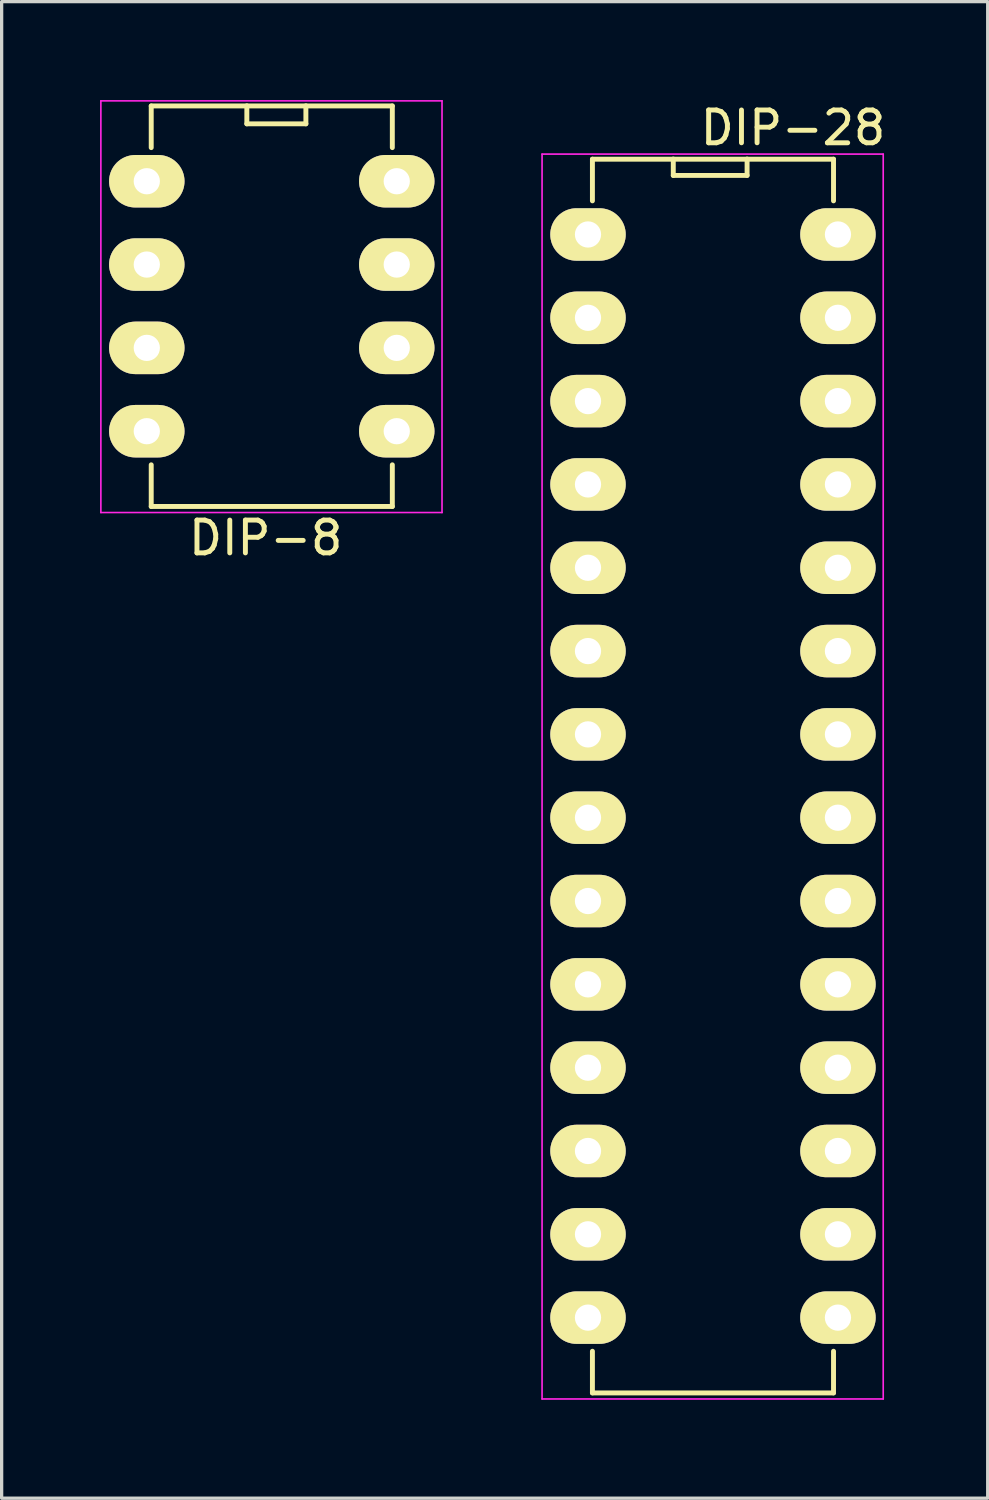
<source format=kicad_pcb>
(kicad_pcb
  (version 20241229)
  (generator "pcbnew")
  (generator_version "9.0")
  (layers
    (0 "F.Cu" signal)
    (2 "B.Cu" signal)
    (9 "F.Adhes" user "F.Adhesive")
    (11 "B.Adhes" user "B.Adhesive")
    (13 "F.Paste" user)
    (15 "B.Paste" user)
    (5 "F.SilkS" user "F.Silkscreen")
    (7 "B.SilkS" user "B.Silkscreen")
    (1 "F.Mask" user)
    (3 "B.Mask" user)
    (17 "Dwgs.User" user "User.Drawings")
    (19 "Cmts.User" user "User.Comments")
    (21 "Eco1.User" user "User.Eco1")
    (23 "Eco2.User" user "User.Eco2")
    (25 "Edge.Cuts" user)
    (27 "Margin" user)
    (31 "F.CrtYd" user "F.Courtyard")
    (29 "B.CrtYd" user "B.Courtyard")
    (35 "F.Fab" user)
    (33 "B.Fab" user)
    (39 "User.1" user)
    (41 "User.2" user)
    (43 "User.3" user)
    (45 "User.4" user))
  (footprint "DIP-8"
    (layer "F.Cu")
    (at 1.425 2.475)
    (property "Reference" "DIP-8" (at 3.625 10.875 0) (layer "F.SilkS") (effects (font (size 1 1) (thickness 0.15))))
    (attr through_hole)
    (fp_line (start 0.135 -2.295) (end 0.135 -1.025) (stroke (width 0.15) (type solid)) (layer "F.SilkS"))
    (fp_line (start 0.135 -2.295) (end 7.485 -2.295) (stroke (width 0.15) (type solid)) (layer "F.SilkS"))
    (fp_line (start 0.135 9.915) (end 0.135 8.645) (stroke (width 0.15) (type solid)) (layer "F.SilkS"))
    (fp_line (start 0.135 9.915) (end 7.485 9.915) (stroke (width 0.15) (type solid)) (layer "F.SilkS"))
    (fp_line (start 3.05 -2.3) (end 3.05 -1.75) (stroke (width 0.15) (type solid)) (layer "F.SilkS"))
    (fp_line (start 3.05 -1.75) (end 4.85 -1.75) (stroke (width 0.15) (type solid)) (layer "F.SilkS"))
    (fp_line (start 4.85 -1.75) (end 4.85 -2.3) (stroke (width 0.15) (type solid)) (layer "F.SilkS"))
    (fp_line (start 7.485 -2.295) (end 7.485 -1.025) (stroke (width 0.15) (type solid)) (layer "F.SilkS"))
    (fp_line (start 7.485 9.915) (end 7.485 8.645) (stroke (width 0.15) (type solid)) (layer "F.SilkS"))
    (fp_line (start -1.4 -2.45) (end -1.4 10.1) (stroke (width 0.05) (type solid)) (layer "F.CrtYd"))
    (fp_line (start -1.4 -2.45) (end 9 -2.45) (stroke (width 0.05) (type solid)) (layer "F.CrtYd"))
    (fp_line (start -1.4 10.1) (end 9 10.1) (stroke (width 0.05) (type solid)) (layer "F.CrtYd"))
    (fp_line (start 9 -2.45) (end 9 10.1) (stroke (width 0.05) (type solid)) (layer "F.CrtYd"))
    (pad "1" thru_hole oval (at 0 0) (size 2.3 1.6) (drill 0.8) (layers "*.Cu" "*.Mask" "F.SilkS"))
    (pad "2" thru_hole oval (at 0 2.54) (size 2.3 1.6) (drill 0.8) (layers "*.Cu" "*.Mask" "F.SilkS"))
    (pad "3" thru_hole oval (at 0 5.08) (size 2.3 1.6) (drill 0.8) (layers "*.Cu" "*.Mask" "F.SilkS"))
    (pad "4" thru_hole oval (at 0 7.62) (size 2.3 1.6) (drill 0.8) (layers "*.Cu" "*.Mask" "F.SilkS"))
    (pad "5" thru_hole oval (at 7.62 7.62) (size 2.3 1.6) (drill 0.8) (layers "*.Cu" "*.Mask" "F.SilkS"))
    (pad "6" thru_hole oval (at 7.62 5.08) (size 2.3 1.6) (drill 0.8) (layers "*.Cu" "*.Mask" "F.SilkS"))
    (pad "7" thru_hole oval (at 7.62 2.54) (size 2.3 1.6) (drill 0.8) (layers "*.Cu" "*.Mask" "F.SilkS"))
    (pad "8" thru_hole oval (at 7.62 0) (size 2.3 1.6) (drill 0.8) (layers "*.Cu" "*.Mask" "F.SilkS")))
  (footprint "DIP-28"
    (layer "F.Cu")
    (at 14.875 4.098)
    (property "Reference" "DIP-28" (at 6.25 -3.25 0) (layer "F.SilkS") (effects (font (size 1 1) (thickness 0.15))))
    (attr through_hole)
    (fp_line (start 0.135 -2.295) (end 0.135 -1.025) (stroke (width 0.15) (type solid)) (layer "F.SilkS"))
    (fp_line (start 0.135 -2.295) (end 7.485 -2.295) (stroke (width 0.15) (type solid)) (layer "F.SilkS"))
    (fp_line (start 0.135 35.315) (end 0.135 34.045) (stroke (width 0.15) (type solid)) (layer "F.SilkS"))
    (fp_line (start 0.135 35.315) (end 7.485 35.315) (stroke (width 0.15) (type solid)) (layer "F.SilkS"))
    (fp_line (start 2.6 -2.3) (end 2.6 -1.8) (stroke (width 0.15) (type solid)) (layer "F.SilkS"))
    (fp_line (start 2.6 -1.8) (end 4.85 -1.8) (stroke (width 0.15) (type solid)) (layer "F.SilkS"))
    (fp_line (start 4.85 -1.8) (end 4.85 -2.3) (stroke (width 0.15) (type solid)) (layer "F.SilkS"))
    (fp_line (start 7.485 -2.295) (end 7.485 -1.025) (stroke (width 0.15) (type solid)) (layer "F.SilkS"))
    (fp_line (start 7.485 35.315) (end 7.485 34.045) (stroke (width 0.15) (type solid)) (layer "F.SilkS"))
    (fp_line (start -1.4 -2.45) (end -1.4 35.5) (stroke (width 0.05) (type solid)) (layer "F.CrtYd"))
    (fp_line (start -1.4 -2.45) (end 9 -2.45) (stroke (width 0.05) (type solid)) (layer "F.CrtYd"))
    (fp_line (start -1.4 35.5) (end 9 35.5) (stroke (width 0.05) (type solid)) (layer "F.CrtYd"))
    (fp_line (start 9 -2.45) (end 9 35.5) (stroke (width 0.05) (type solid)) (layer "F.CrtYd"))
    (pad "1" thru_hole oval (at 0 0) (size 2.3 1.6) (drill 0.8) (layers "*.Cu" "*.Mask" "F.SilkS"))
    (pad "2" thru_hole oval (at 0 2.54) (size 2.3 1.6) (drill 0.8) (layers "*.Cu" "*.Mask" "F.SilkS"))
    (pad "3" thru_hole oval (at 0 5.08) (size 2.3 1.6) (drill 0.8) (layers "*.Cu" "*.Mask" "F.SilkS"))
    (pad "4" thru_hole oval (at 0 7.62) (size 2.3 1.6) (drill 0.8) (layers "*.Cu" "*.Mask" "F.SilkS"))
    (pad "5" thru_hole oval (at 0 10.16) (size 2.3 1.6) (drill 0.8) (layers "*.Cu" "*.Mask" "F.SilkS"))
    (pad "6" thru_hole oval (at 0 12.7) (size 2.3 1.6) (drill 0.8) (layers "*.Cu" "*.Mask" "F.SilkS"))
    (pad "7" thru_hole oval (at 0 15.24) (size 2.3 1.6) (drill 0.8) (layers "*.Cu" "*.Mask" "F.SilkS"))
    (pad "8" thru_hole oval (at 0 17.78) (size 2.3 1.6) (drill 0.8) (layers "*.Cu" "*.Mask" "F.SilkS"))
    (pad "9" thru_hole oval (at 0 20.32) (size 2.3 1.6) (drill 0.8) (layers "*.Cu" "*.Mask" "F.SilkS"))
    (pad "10" thru_hole oval (at 0 22.86) (size 2.3 1.6) (drill 0.8) (layers "*.Cu" "*.Mask" "F.SilkS"))
    (pad "11" thru_hole oval (at 0 25.4) (size 2.3 1.6) (drill 0.8) (layers "*.Cu" "*.Mask" "F.SilkS"))
    (pad "12" thru_hole oval (at 0 27.94) (size 2.3 1.6) (drill 0.8) (layers "*.Cu" "*.Mask" "F.SilkS"))
    (pad "13" thru_hole oval (at 0 30.48) (size 2.3 1.6) (drill 0.8) (layers "*.Cu" "*.Mask" "F.SilkS"))
    (pad "14" thru_hole oval (at 0 33.02) (size 2.3 1.6) (drill 0.8) (layers "*.Cu" "*.Mask" "F.SilkS"))
    (pad "15" thru_hole oval (at 7.62 33.02) (size 2.3 1.6) (drill 0.8) (layers "*.Cu" "*.Mask" "F.SilkS"))
    (pad "16" thru_hole oval (at 7.62 30.48) (size 2.3 1.6) (drill 0.8) (layers "*.Cu" "*.Mask" "F.SilkS"))
    (pad "17" thru_hole oval (at 7.62 27.94) (size 2.3 1.6) (drill 0.8) (layers "*.Cu" "*.Mask" "F.SilkS"))
    (pad "18" thru_hole oval (at 7.62 25.4) (size 2.3 1.6) (drill 0.8) (layers "*.Cu" "*.Mask" "F.SilkS"))
    (pad "19" thru_hole oval (at 7.62 22.86) (size 2.3 1.6) (drill 0.8) (layers "*.Cu" "*.Mask" "F.SilkS"))
    (pad "20" thru_hole oval (at 7.62 20.32) (size 2.3 1.6) (drill 0.8) (layers "*.Cu" "*.Mask" "F.SilkS"))
    (pad "21" thru_hole oval (at 7.62 17.78) (size 2.3 1.6) (drill 0.8) (layers "*.Cu" "*.Mask" "F.SilkS"))
    (pad "22" thru_hole oval (at 7.62 15.24) (size 2.3 1.6) (drill 0.8) (layers "*.Cu" "*.Mask" "F.SilkS"))
    (pad "23" thru_hole oval (at 7.62 12.7) (size 2.3 1.6) (drill 0.8) (layers "*.Cu" "*.Mask" "F.SilkS"))
    (pad "24" thru_hole oval (at 7.62 10.16) (size 2.3 1.6) (drill 0.8) (layers "*.Cu" "*.Mask" "F.SilkS"))
    (pad "25" thru_hole oval (at 7.62 7.62) (size 2.3 1.6) (drill 0.8) (layers "*.Cu" "*.Mask" "F.SilkS"))
    (pad "26" thru_hole oval (at 7.62 5.08) (size 2.3 1.6) (drill 0.8) (layers "*.Cu" "*.Mask" "F.SilkS"))
    (pad "27" thru_hole oval (at 7.62 2.54) (size 2.3 1.6) (drill 0.8) (layers "*.Cu" "*.Mask" "F.SilkS"))
    (pad "28" thru_hole oval (at 7.62 0) (size 2.3 1.6) (drill 0.8) (layers "*.Cu" "*.Mask" "F.SilkS")))
  (gr_rect
    (start -3 -3)
    (end 27.06 42.623)
    (stroke (width 0.1) (type default))
    (fill no)
    (layer "Edge.Cuts")))
</source>
